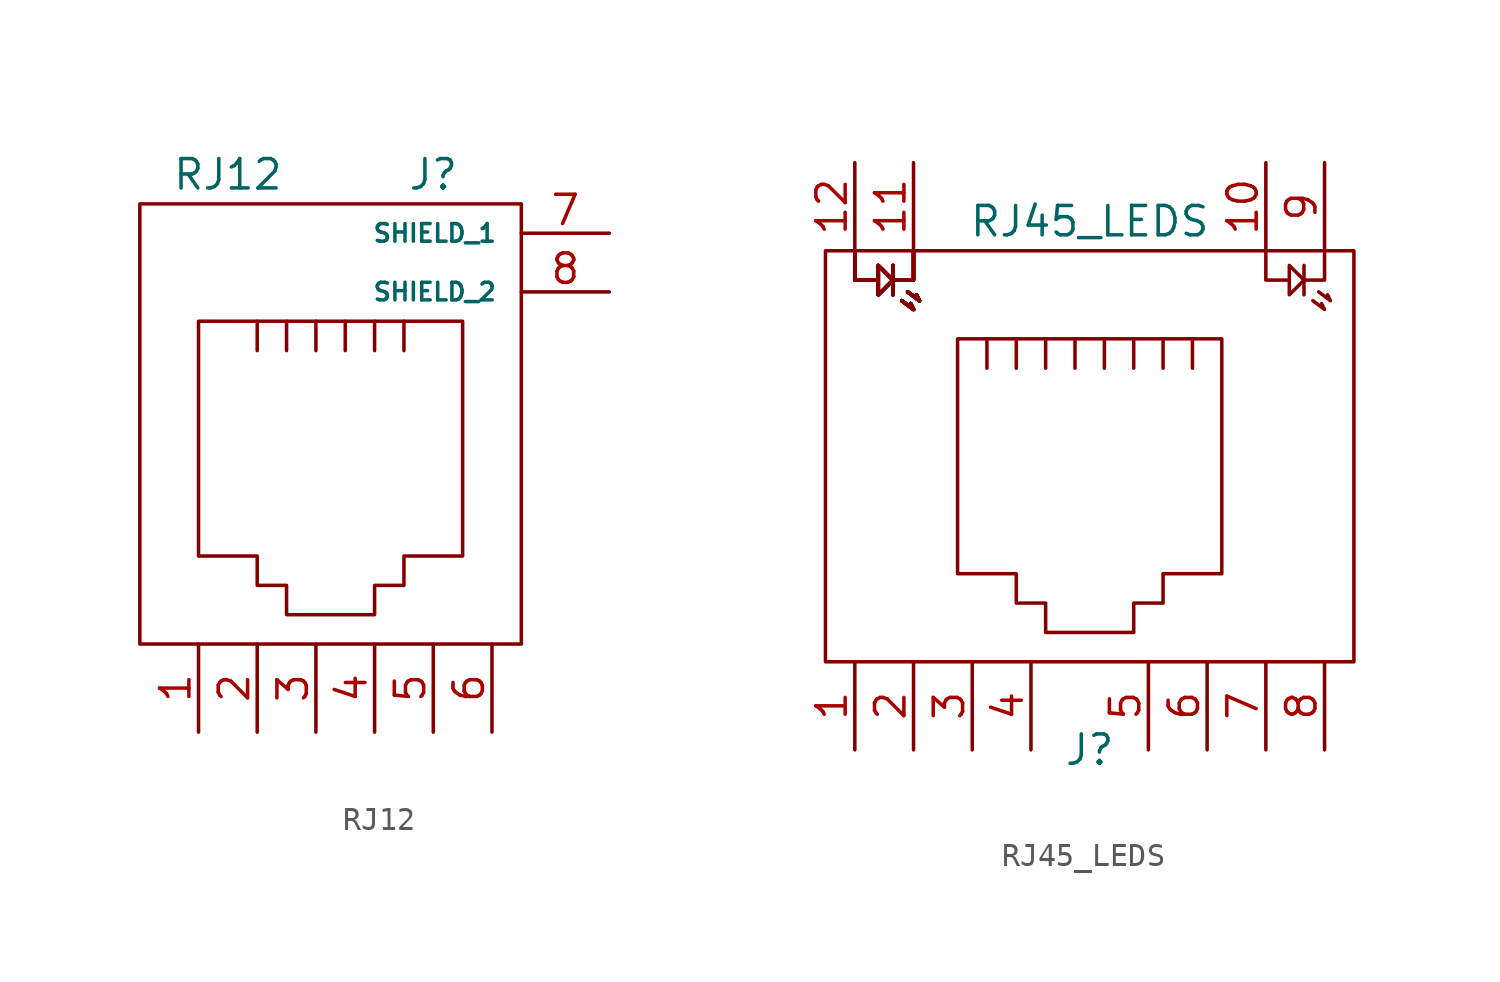
<source format=kicad_sym>
(kicad_symbol_lib
  (version 20211014)
  (generator kicad_symbol_editor)
  (symbol "RJ12"
    (pin_names
      (offset 1.016))
    (property "Reference" "J"
      (at 5.08 12.7 0)
      (effects (font (size 1.27 1.27))))
    (property "Value" "RJ12"
      (at -3.81 12.7 0)
      (effects (font (size 1.27 1.27))))
    (property "Footprint" ""
      (at 0 0 0)
      (effects (font (size 1.27 1.27))))
    (property "Datasheet" ""
      (at 0 0 0)
      (effects (font (size 1.27 1.27))))
    (symbol "RJ12_0_1"
      (polyline (pts (xy -2.54 6.35) (xy -2.54 5.08) (xy -2.54 5.08)) (stroke (width 0) (type default) (color 0 0 0 0)) (fill (type none)))
      (polyline (pts (xy -1.27 6.35) (xy -1.27 5.08) (xy -1.27 5.08)) (stroke (width 0) (type default) (color 0 0 0 0)) (fill (type none)))
      (polyline (pts (xy 0 6.35) (xy 0 5.08) (xy 0 5.08)) (stroke (width 0) (type default) (color 0 0 0 0)) (fill (type none)))
      (polyline (pts (xy 1.27 6.35) (xy 1.27 5.08) (xy 1.27 5.08)) (stroke (width 0) (type default) (color 0 0 0 0)) (fill (type none)))
      (polyline (pts (xy 2.54 6.35) (xy 2.54 5.08) (xy 2.54 5.08)) (stroke (width 0) (type default) (color 0 0 0 0)) (fill (type none)))
      (polyline (pts (xy 3.81 5.08) (xy 3.81 6.35) (xy 3.81 6.35)) (stroke (width 0) (type default) (color 0 0 0 0)) (fill (type none)))
      (polyline (pts (xy -5.08 6.35) (xy 6.35 6.35) (xy 6.35 -3.81) (xy 3.81 -3.81) (xy 3.81 -5.08) (xy 2.54 -5.08) (xy 2.54 -6.35) (xy -1.27 -6.35) (xy -1.27 -5.08) (xy -2.54 -5.08) (xy -2.54 -3.81) (xy -5.08 -3.81) (xy -5.08 6.35) (xy -5.08 6.35)) (stroke (width 0) (type default) (color 0 0 0 0)) (fill (type none)))
      (rectangle (start 8.89 -7.62) (end -7.62 11.43) (stroke (width 0) (type default) (color 0 0 0 0)) (fill (type none))))
    (symbol "RJ12_1_1"
      (pin passive line (at -5.08 -11.43 90) (length 3.81) (name "~" (effects (font (size 1.27 1.27)))) (number "1" (effects (font (size 1.27 1.27)))))
      (pin passive line (at -2.54 -11.43 90) (length 3.81) (name "~" (effects (font (size 1.27 1.27)))) (number "2" (effects (font (size 1.27 1.27)))))
      (pin passive line (at 0 -11.43 90) (length 3.81) (name "~" (effects (font (size 1.27 1.27)))) (number "3" (effects (font (size 1.27 1.27)))))
      (pin passive line (at 2.54 -11.43 90) (length 3.81) (name "~" (effects (font (size 1.27 1.27)))) (number "4" (effects (font (size 1.27 1.27)))))
      (pin passive line (at 5.08 -11.43 90) (length 3.81) (name "~" (effects (font (size 1.27 1.27)))) (number "5" (effects (font (size 1.27 1.27)))))
      (pin passive line (at 7.62 -11.43 90) (length 3.81) (name "~" (effects (font (size 1.27 1.27)))) (number "6" (effects (font (size 1.27 1.27)))))
      (pin passive line (at 12.7 10.16 180) (length 3.81) (name "SHIELD_1" (effects (font (size 0.762 0.762)))) (number "7" (effects (font (size 1.27 1.27)))))
      (pin passive line (at 12.7 7.62 180) (length 3.81) (name "SHIELD_2" (effects (font (size 0.762 0.762)))) (number "8" (effects (font (size 1.27 1.27)))))))
  (symbol "RJ45_LEDS"
    (pin_names
      (offset 1.016))
    (property "Reference" "J"
      (at 0 -12.7 0)
      (effects (font (size 1.27 1.27))))
    (property "Value" "RJ45_LEDS"
      (at 0 10.16 0)
      (effects (font (size 1.27 1.27))))
    (property "Footprint" ""
      (at 0 -1.27 0)
      (effects (font (size 1.27 1.27))))
    (property "Datasheet" ""
      (at 0 -1.27 0)
      (effects (font (size 1.27 1.27))))
    (symbol "RJ45_LEDS_0_1"
      (rectangle (start -11.43 -8.89) (end 11.43 8.89) (stroke (width 0) (type default) (color 0 0 0 0)) (fill (type none)))
      (polyline (pts (xy 9.271 8.255) (xy 9.271 6.985)) (stroke (width 0) (type default) (color 0 0 0 0)) (fill (type none)))
      (polyline (pts (xy -10.16 8.89) (xy -10.16 7.62) (xy -9.652 7.62)) (stroke (width 0) (type default) (color 0 0 0 0)) (fill (type none)))
      (polyline (pts (xy -10.16 8.89) (xy -10.16 7.62) (xy -9.652 7.62)) (stroke (width 0) (type default) (color 0 0 0 0)) (fill (type none)))
      (polyline (pts (xy -10.16 8.89) (xy -10.16 7.62) (xy -9.652 7.62)) (stroke (width 0) (type default) (color 0 0 0 0)) (fill (type none)))
      (polyline (pts (xy -10.16 8.89) (xy -10.16 7.62) (xy -9.652 7.62)) (stroke (width 0) (type default) (color 0 0 0 0)) (fill (type none)))
      (polyline (pts (xy -10.16 8.89) (xy -10.16 7.62) (xy -9.652 7.62)) (stroke (width 0) (type default) (color 0 0 0 0)) (fill (type none)))
      (polyline (pts (xy -10.16 8.89) (xy -10.16 7.62) (xy -9.652 7.62)) (stroke (width 0) (type default) (color 0 0 0 0)) (fill (type none)))
      (polyline (pts (xy -10.16 8.89) (xy -10.16 7.62) (xy -9.652 7.62)) (stroke (width 0) (type default) (color 0 0 0 0)) (fill (type none)))
      (polyline (pts (xy -10.16 8.89) (xy -10.16 7.62) (xy -9.652 7.62)) (stroke (width 0) (type default) (color 0 0 0 0)) (fill (type none)))
      (polyline (pts (xy -8.128 6.731) (xy -7.62 6.35) (xy -7.747 6.604)) (stroke (width 0) (type default) (color 0 0 0 0)) (fill (type none)))
      (polyline (pts (xy -8.128 6.731) (xy -7.62 6.35) (xy -7.747 6.604)) (stroke (width 0) (type default) (color 0 0 0 0)) (fill (type none)))
      (polyline (pts (xy -8.128 6.731) (xy -7.62 6.35) (xy -7.747 6.604)) (stroke (width 0) (type default) (color 0 0 0 0)) (fill (type none)))
      (polyline (pts (xy -8.128 6.731) (xy -7.62 6.35) (xy -7.747 6.604)) (stroke (width 0) (type default) (color 0 0 0 0)) (fill (type none)))
      (polyline (pts (xy -8.128 6.731) (xy -7.62 6.35) (xy -7.747 6.604)) (stroke (width 0) (type default) (color 0 0 0 0)) (fill (type none)))
      (polyline (pts (xy -8.128 6.731) (xy -7.62 6.35) (xy -7.747 6.604)) (stroke (width 0) (type default) (color 0 0 0 0)) (fill (type none)))
      (polyline (pts (xy -8.128 6.731) (xy -7.62 6.35) (xy -7.747 6.604)) (stroke (width 0) (type default) (color 0 0 0 0)) (fill (type none)))
      (polyline (pts (xy -8.128 6.731) (xy -7.62 6.35) (xy -7.747 6.604)) (stroke (width 0) (type default) (color 0 0 0 0)) (fill (type none)))
      (polyline (pts (xy -8.128 6.731) (xy -7.62 6.35) (xy -7.747 6.604)) (stroke (width 0) (type default) (color 0 0 0 0)) (fill (type none)))
      (polyline (pts (xy -8.128 6.731) (xy -7.62 6.35) (xy -7.747 6.604)) (stroke (width 0) (type default) (color 0 0 0 0)) (fill (type none)))
      (polyline (pts (xy -8.128 6.731) (xy -7.62 6.35) (xy -7.747 6.604)) (stroke (width 0) (type default) (color 0 0 0 0)) (fill (type none)))
      (polyline (pts (xy -8.128 6.731) (xy -7.62 6.35) (xy -7.747 6.604)) (stroke (width 0) (type default) (color 0 0 0 0)) (fill (type none)))
      (polyline (pts (xy -8.128 6.731) (xy -7.62 6.35) (xy -7.747 6.604)) (stroke (width 0) (type default) (color 0 0 0 0)) (fill (type none)))
      (polyline (pts (xy -8.128 6.731) (xy -7.62 6.35) (xy -7.747 6.604)) (stroke (width 0) (type default) (color 0 0 0 0)) (fill (type none)))
      (polyline (pts (xy -8.128 6.731) (xy -7.62 6.35) (xy -7.747 6.604)) (stroke (width 0) (type default) (color 0 0 0 0)) (fill (type none)))
      (polyline (pts (xy -8.128 6.731) (xy -7.62 6.35) (xy -7.747 6.604)) (stroke (width 0) (type default) (color 0 0 0 0)) (fill (type none)))
      (polyline (pts (xy -7.874 7.112) (xy -7.366 6.731) (xy -7.493 6.985)) (stroke (width 0) (type default) (color 0 0 0 0)) (fill (type none)))
      (polyline (pts (xy -7.874 7.112) (xy -7.366 6.731) (xy -7.493 6.985)) (stroke (width 0) (type default) (color 0 0 0 0)) (fill (type none)))
      (polyline (pts (xy -7.874 7.112) (xy -7.366 6.731) (xy -7.493 6.985)) (stroke (width 0) (type default) (color 0 0 0 0)) (fill (type none)))
      (polyline (pts (xy -7.874 7.112) (xy -7.366 6.731) (xy -7.493 6.985)) (stroke (width 0) (type default) (color 0 0 0 0)) (fill (type none)))
      (polyline (pts (xy -7.874 7.112) (xy -7.366 6.731) (xy -7.493 6.985)) (stroke (width 0) (type default) (color 0 0 0 0)) (fill (type none)))
      (polyline (pts (xy -7.874 7.112) (xy -7.366 6.731) (xy -7.493 6.985)) (stroke (width 0) (type default) (color 0 0 0 0)) (fill (type none)))
      (polyline (pts (xy -7.874 7.112) (xy -7.366 6.731) (xy -7.493 6.985)) (stroke (width 0) (type default) (color 0 0 0 0)) (fill (type none)))
      (polyline (pts (xy -7.874 7.112) (xy -7.366 6.731) (xy -7.493 6.985)) (stroke (width 0) (type default) (color 0 0 0 0)) (fill (type none)))
      (polyline (pts (xy -7.874 7.112) (xy -7.366 6.731) (xy -7.493 6.985)) (stroke (width 0) (type default) (color 0 0 0 0)) (fill (type none)))
      (polyline (pts (xy -7.874 7.112) (xy -7.366 6.731) (xy -7.493 6.985)) (stroke (width 0) (type default) (color 0 0 0 0)) (fill (type none)))
      (polyline (pts (xy -7.874 7.112) (xy -7.366 6.731) (xy -7.493 6.985)) (stroke (width 0) (type default) (color 0 0 0 0)) (fill (type none)))
      (polyline (pts (xy -7.874 7.112) (xy -7.366 6.731) (xy -7.493 6.985)) (stroke (width 0) (type default) (color 0 0 0 0)) (fill (type none)))
      (polyline (pts (xy -7.874 7.112) (xy -7.366 6.731) (xy -7.493 6.985)) (stroke (width 0) (type default) (color 0 0 0 0)) (fill (type none)))
      (polyline (pts (xy -7.874 7.112) (xy -7.366 6.731) (xy -7.493 6.985)) (stroke (width 0) (type default) (color 0 0 0 0)) (fill (type none)))
      (polyline (pts (xy -7.874 7.112) (xy -7.366 6.731) (xy -7.493 6.985)) (stroke (width 0) (type default) (color 0 0 0 0)) (fill (type none)))
      (polyline (pts (xy -7.874 7.112) (xy -7.366 6.731) (xy -7.493 6.985)) (stroke (width 0) (type default) (color 0 0 0 0)) (fill (type none)))
      (polyline (pts (xy -7.62 8.89) (xy -7.62 7.62) (xy -8.128 7.62)) (stroke (width 0) (type default) (color 0 0 0 0)) (fill (type none)))
      (polyline (pts (xy -7.62 8.89) (xy -7.62 7.62) (xy -8.128 7.62)) (stroke (width 0) (type default) (color 0 0 0 0)) (fill (type none)))
      (polyline (pts (xy -7.62 8.89) (xy -7.62 7.62) (xy -8.128 7.62)) (stroke (width 0) (type default) (color 0 0 0 0)) (fill (type none)))
      (polyline (pts (xy -7.62 8.89) (xy -7.62 7.62) (xy -8.128 7.62)) (stroke (width 0) (type default) (color 0 0 0 0)) (fill (type none)))
      (polyline (pts (xy -7.62 8.89) (xy -7.62 7.62) (xy -8.128 7.62)) (stroke (width 0) (type default) (color 0 0 0 0)) (fill (type none)))
      (polyline (pts (xy -7.62 8.89) (xy -7.62 7.62) (xy -8.128 7.62)) (stroke (width 0) (type default) (color 0 0 0 0)) (fill (type none)))
      (polyline (pts (xy -7.62 8.89) (xy -7.62 7.62) (xy -8.128 7.62)) (stroke (width 0) (type default) (color 0 0 0 0)) (fill (type none)))
      (polyline (pts (xy -7.62 8.89) (xy -7.62 7.62) (xy -8.128 7.62)) (stroke (width 0) (type default) (color 0 0 0 0)) (fill (type none)))
      (polyline (pts (xy -4.445 3.81) (xy -4.445 5.08) (xy -4.445 5.08)) (stroke (width 0) (type default) (color 0 0 0 0)) (fill (type none)))
      (polyline (pts (xy -3.175 5.08) (xy -3.175 3.81) (xy -3.175 3.81)) (stroke (width 0) (type default) (color 0 0 0 0)) (fill (type none)))
      (polyline (pts (xy -1.905 5.08) (xy -1.905 3.81) (xy -1.905 3.81)) (stroke (width 0) (type default) (color 0 0 0 0)) (fill (type none)))
      (polyline (pts (xy -0.635 5.08) (xy -0.635 3.81) (xy -0.635 3.81)) (stroke (width 0) (type default) (color 0 0 0 0)) (fill (type none)))
      (polyline (pts (xy 0.635 5.08) (xy 0.635 3.81) (xy 0.635 3.81)) (stroke (width 0) (type default) (color 0 0 0 0)) (fill (type none)))
      (polyline (pts (xy 1.905 5.08) (xy 1.905 3.81) (xy 1.905 3.81)) (stroke (width 0) (type default) (color 0 0 0 0)) (fill (type none)))
      (polyline (pts (xy 3.175 3.81) (xy 3.175 5.08) (xy 3.175 5.08)) (stroke (width 0) (type default) (color 0 0 0 0)) (fill (type none)))
      (polyline (pts (xy 4.445 3.81) (xy 4.445 5.08) (xy 4.445 5.08)) (stroke (width 0) (type default) (color 0 0 0 0)) (fill (type none)))
      (polyline (pts (xy 7.62 8.89) (xy 7.62 7.62) (xy 8.636 7.62)) (stroke (width 0) (type default) (color 0 0 0 0)) (fill (type none)))
      (polyline (pts (xy 9.271 7.62) (xy 10.16 7.62) (xy 10.16 8.89)) (stroke (width 0) (type default) (color 0 0 0 0)) (fill (type none)))
      (polyline (pts (xy 9.652 6.731) (xy 10.16 6.35) (xy 10.033 6.604)) (stroke (width 0) (type default) (color 0 0 0 0)) (fill (type none)))
      (polyline (pts (xy 9.906 7.112) (xy 10.414 6.731) (xy 10.287 6.985)) (stroke (width 0) (type default) (color 0 0 0 0)) (fill (type none)))
      (polyline (pts (xy -8.509 8.255) (xy -8.509 6.985) (xy -8.509 7.62) (xy -7.874 7.62)) (stroke (width 0) (type default) (color 0 0 0 0)) (fill (type none)))
      (polyline (pts (xy -8.509 8.255) (xy -8.509 6.985) (xy -8.509 7.62) (xy -7.874 7.62)) (stroke (width 0) (type default) (color 0 0 0 0)) (fill (type none)))
      (polyline (pts (xy -8.509 8.255) (xy -8.509 6.985) (xy -8.509 7.62) (xy -7.874 7.62)) (stroke (width 0) (type default) (color 0 0 0 0)) (fill (type none)))
      (polyline (pts (xy -8.509 8.255) (xy -8.509 6.985) (xy -8.509 7.62) (xy -7.874 7.62)) (stroke (width 0) (type default) (color 0 0 0 0)) (fill (type none)))
      (polyline (pts (xy -8.509 8.255) (xy -8.509 6.985) (xy -8.509 7.62) (xy -7.874 7.62)) (stroke (width 0) (type default) (color 0 0 0 0)) (fill (type none)))
      (polyline (pts (xy -8.509 8.255) (xy -8.509 6.985) (xy -8.509 7.62) (xy -7.874 7.62)) (stroke (width 0) (type default) (color 0 0 0 0)) (fill (type none)))
      (polyline (pts (xy -8.509 8.255) (xy -8.509 6.985) (xy -8.509 7.62) (xy -7.874 7.62)) (stroke (width 0) (type default) (color 0 0 0 0)) (fill (type none)))
      (polyline (pts (xy -8.509 8.255) (xy -8.509 6.985) (xy -8.509 7.62) (xy -7.874 7.62)) (stroke (width 0) (type default) (color 0 0 0 0)) (fill (type none)))
      (polyline (pts (xy 8.636 7.62) (xy 8.636 8.255) (xy 9.271 7.62) (xy 8.636 6.985) (xy 8.636 7.62)) (stroke (width 0) (type default) (color 0 0 0 0)) (fill (type none)))
      (polyline (pts (xy -9.779 7.62) (xy -9.144 7.62) (xy -9.144 8.255) (xy -8.509 7.62) (xy -9.144 6.985) (xy -9.144 7.62)) (stroke (width 0) (type default) (color 0 0 0 0)) (fill (type none)))
      (polyline (pts (xy -9.779 7.62) (xy -9.144 7.62) (xy -9.144 8.255) (xy -8.509 7.62) (xy -9.144 6.985) (xy -9.144 7.62)) (stroke (width 0) (type default) (color 0 0 0 0)) (fill (type none)))
      (polyline (pts (xy -9.779 7.62) (xy -9.144 7.62) (xy -9.144 8.255) (xy -8.509 7.62) (xy -9.144 6.985) (xy -9.144 7.62)) (stroke (width 0) (type default) (color 0 0 0 0)) (fill (type none)))
      (polyline (pts (xy -9.779 7.62) (xy -9.144 7.62) (xy -9.144 8.255) (xy -8.509 7.62) (xy -9.144 6.985) (xy -9.144 7.62)) (stroke (width 0) (type default) (color 0 0 0 0)) (fill (type none)))
      (polyline (pts (xy -9.779 7.62) (xy -9.144 7.62) (xy -9.144 8.255) (xy -8.509 7.62) (xy -9.144 6.985) (xy -9.144 7.62)) (stroke (width 0) (type default) (color 0 0 0 0)) (fill (type none)))
      (polyline (pts (xy -9.779 7.62) (xy -9.144 7.62) (xy -9.144 8.255) (xy -8.509 7.62) (xy -9.144 6.985) (xy -9.144 7.62)) (stroke (width 0) (type default) (color 0 0 0 0)) (fill (type none)))
      (polyline (pts (xy -9.779 7.62) (xy -9.144 7.62) (xy -9.144 8.255) (xy -8.509 7.62) (xy -9.144 6.985) (xy -9.144 7.62)) (stroke (width 0) (type default) (color 0 0 0 0)) (fill (type none)))
      (polyline (pts (xy -9.779 7.62) (xy -9.144 7.62) (xy -9.144 8.255) (xy -8.509 7.62) (xy -9.144 6.985) (xy -9.144 7.62)) (stroke (width 0) (type default) (color 0 0 0 0)) (fill (type none)))
      (polyline (pts (xy -5.715 5.08) (xy 5.715 5.08) (xy 5.715 -5.08) (xy 3.175 -5.08) (xy 3.175 -6.35) (xy 1.905 -6.35) (xy 1.905 -7.62) (xy -1.905 -7.62) (xy -1.905 -6.35) (xy -3.175 -6.35) (xy -3.175 -5.08) (xy -5.715 -5.08) (xy -5.715 5.08) (xy -5.715 5.08)) (stroke (width 0) (type default) (color 0 0 0 0)) (fill (type none))))
    (symbol "RJ45_LEDS_1_1"
      (pin passive line (at -10.16 -12.7 90) (length 3.81) (name "~" (effects (font (size 1.27 1.27)))) (number "1" (effects (font (size 1.27 1.27)))))
      (pin passive line (at 7.62 12.7 270) (length 3.81) (name "~" (effects (font (size 1.27 1.27)))) (number "10" (effects (font (size 1.27 1.27)))))
      (pin passive line (at -7.62 12.7 270) (length 3.81) (name "~" (effects (font (size 1.27 1.27)))) (number "11" (effects (font (size 1.27 1.27)))))
      (pin passive line (at -10.16 12.7 270) (length 3.81) (name "~" (effects (font (size 1.27 1.27)))) (number "12" (effects (font (size 1.27 1.27)))))
      (pin passive line (at -7.62 -12.7 90) (length 3.81) (name "~" (effects (font (size 1.27 1.27)))) (number "2" (effects (font (size 1.27 1.27)))))
      (pin passive line (at -5.08 -12.7 90) (length 3.81) (name "~" (effects (font (size 1.27 1.27)))) (number "3" (effects (font (size 1.27 1.27)))))
      (pin passive line (at -2.54 -12.7 90) (length 3.81) (name "~" (effects (font (size 1.27 1.27)))) (number "4" (effects (font (size 1.27 1.27)))))
      (pin passive line (at 2.54 -12.7 90) (length 3.81) (name "~" (effects (font (size 1.27 1.27)))) (number "5" (effects (font (size 1.27 1.27)))))
      (pin passive line (at 5.08 -12.7 90) (length 3.81) (name "~" (effects (font (size 1.27 1.27)))) (number "6" (effects (font (size 1.27 1.27)))))
      (pin passive line (at 7.62 -12.7 90) (length 3.81) (name "~" (effects (font (size 1.27 1.27)))) (number "7" (effects (font (size 1.27 1.27)))))
      (pin passive line (at 10.16 -12.7 90) (length 3.81) (name "~" (effects (font (size 1.27 1.27)))) (number "8" (effects (font (size 1.27 1.27)))))
      (pin passive line (at 10.16 12.7 270) (length 3.81) (name "~" (effects (font (size 1.27 1.27)))) (number "9" (effects (font (size 1.27 1.27))))))))
</source>
